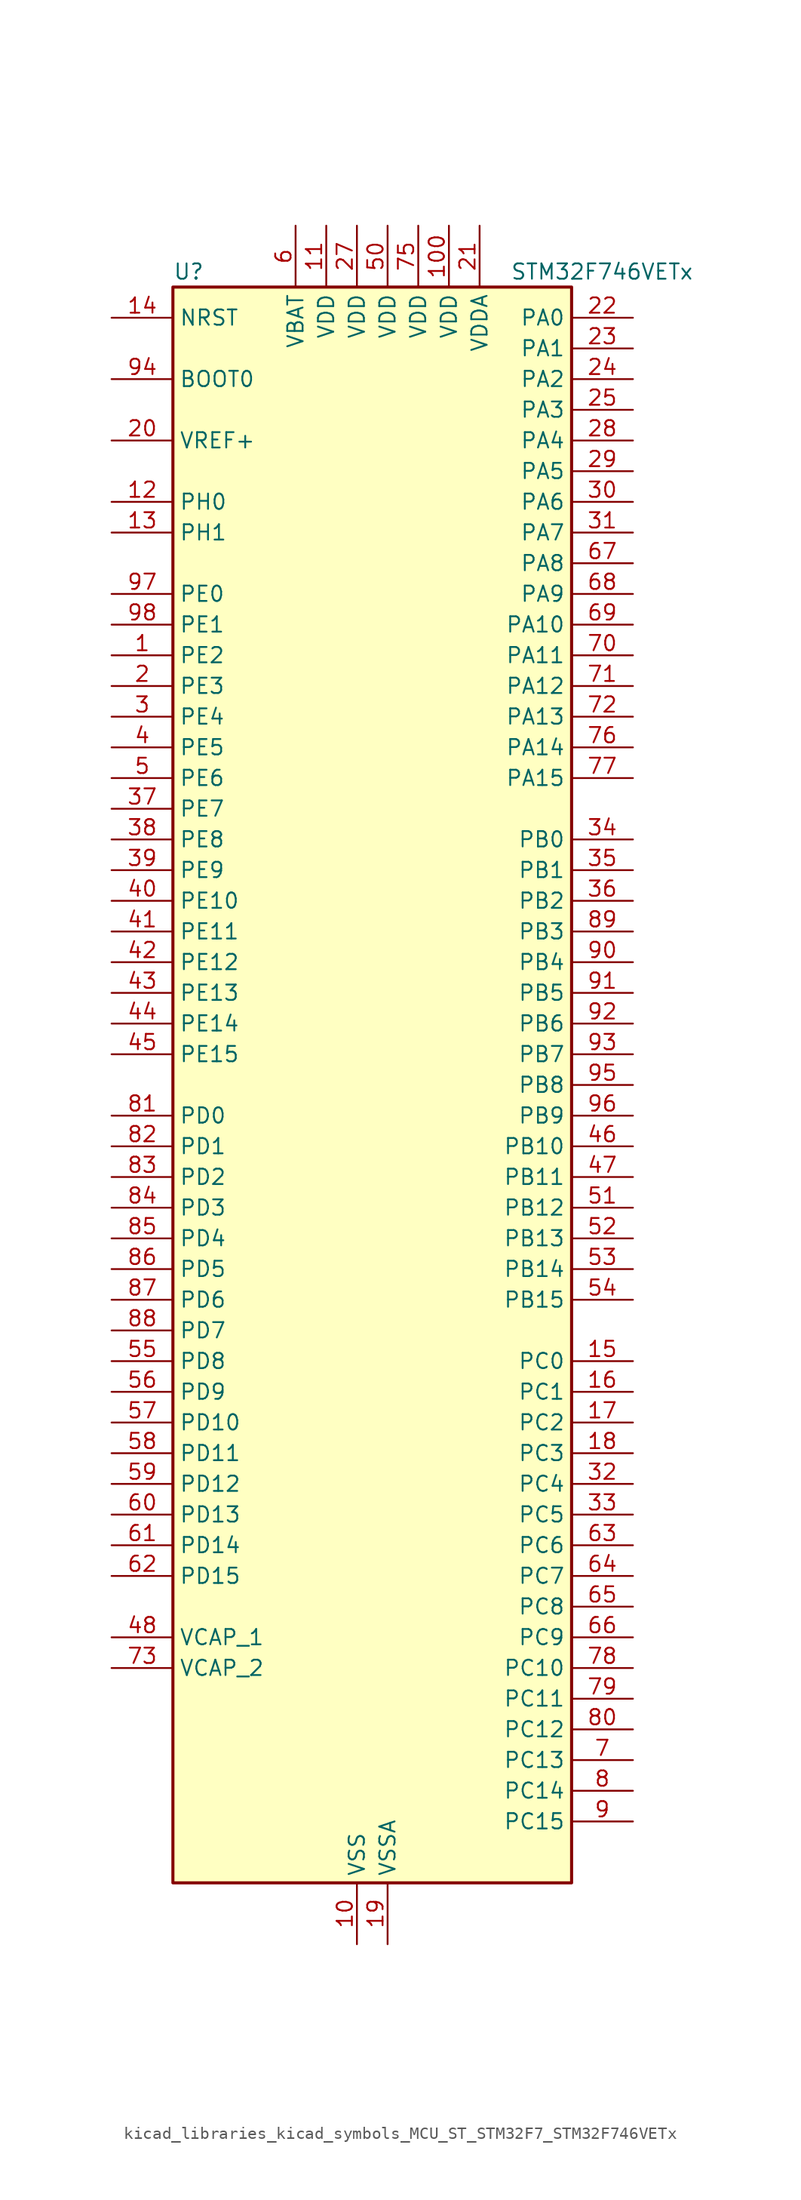
<source format=kicad_sym>
(kicad_symbol_lib
  (version 20220914)
  (generator kicad_symbol_editor)
  (symbol "kicad_libraries_kicad_symbols_MCU_ST_STM32F7_STM32F746VETx"
    (property "Reference" "U"
      (at -15.24 67.31 0)
      (effects (font (size 1.27 1.27)) (justify left)))
    (property "Value" "STM32F746VETx"
      (at 12.7 67.31 0)
      (effects (font (size 1.27 1.27)) (justify left)))
    (property "ki_locked" ""
      (at 0 0 0)
      (effects (font (size 1.27 1.27))))
    (symbol "kicad_libraries_kicad_symbols_MCU_ST_STM32F7_STM32F746VETx_0_1"
      (rectangle (start -15.24 -66.04) (end 17.78 66.04) (stroke (width 0.254) (type default)) (fill (type background))))
    (symbol "kicad_libraries_kicad_symbols_MCU_ST_STM32F7_STM32F746VETx_1_1"
      (pin bidirectional line (at -20.32 35.56 0) (length 5.08) (name "PE2" (effects (font (size 1.27 1.27)))) (number "1" (effects (font (size 1.27 1.27)))) (alternate "ETH_TXD3" bidirectional line) (alternate "FMC_A23" bidirectional line) (alternate "QUADSPI_BK1_IO2" bidirectional line) (alternate "SAI1_MCLK_A" bidirectional line) (alternate "SPI4_SCK" bidirectional line) (alternate "SYS_TRACECLK" bidirectional line))
      (pin power_in line (at 0 -71.12 90) (length 5.08) (name "VSS" (effects (font (size 1.27 1.27)))) (number "10" (effects (font (size 1.27 1.27)))))
      (pin power_in line (at 7.62 71.12 270) (length 5.08) (name "VDD" (effects (font (size 1.27 1.27)))) (number "100" (effects (font (size 1.27 1.27)))))
      (pin power_in line (at -2.54 71.12 270) (length 5.08) (name "VDD" (effects (font (size 1.27 1.27)))) (number "11" (effects (font (size 1.27 1.27)))))
      (pin bidirectional line (at -20.32 48.26 0) (length 5.08) (name "PH0" (effects (font (size 1.27 1.27)))) (number "12" (effects (font (size 1.27 1.27)))) (alternate "RCC_OSC_IN" bidirectional line))
      (pin bidirectional line (at -20.32 45.72 0) (length 5.08) (name "PH1" (effects (font (size 1.27 1.27)))) (number "13" (effects (font (size 1.27 1.27)))) (alternate "RCC_OSC_OUT" bidirectional line))
      (pin input line (at -20.32 63.5 0) (length 5.08) (name "NRST" (effects (font (size 1.27 1.27)))) (number "14" (effects (font (size 1.27 1.27)))))
      (pin bidirectional line (at 22.86 -22.86 180) (length 5.08) (name "PC0" (effects (font (size 1.27 1.27)))) (number "15" (effects (font (size 1.27 1.27)))) (alternate "ADC1_IN10" bidirectional line) (alternate "ADC2_IN10" bidirectional line) (alternate "ADC3_IN10" bidirectional line) (alternate "FMC_SDNWE" bidirectional line) (alternate "LTDC_R5" bidirectional line) (alternate "SAI2_FS_B" bidirectional line) (alternate "USB_OTG_HS_ULPI_STP" bidirectional line))
      (pin bidirectional line (at 22.86 -25.4 180) (length 5.08) (name "PC1" (effects (font (size 1.27 1.27)))) (number "16" (effects (font (size 1.27 1.27)))) (alternate "ADC1_IN11" bidirectional line) (alternate "ADC2_IN11" bidirectional line) (alternate "ADC3_IN11" bidirectional line) (alternate "ETH_MDC" bidirectional line) (alternate "I2S2_SD" bidirectional line) (alternate "RTC_TAMP3" bidirectional line) (alternate "RTC_TS" bidirectional line) (alternate "SAI1_SD_A" bidirectional line) (alternate "SPI2_MOSI" bidirectional line) (alternate "SYS_TRACED0" bidirectional line) (alternate "SYS_WKUP3" bidirectional line))
      (pin bidirectional line (at 22.86 -27.94 180) (length 5.08) (name "PC2" (effects (font (size 1.27 1.27)))) (number "17" (effects (font (size 1.27 1.27)))) (alternate "ADC1_IN12" bidirectional line) (alternate "ADC2_IN12" bidirectional line) (alternate "ADC3_IN12" bidirectional line) (alternate "ETH_TXD2" bidirectional line) (alternate "FMC_SDNE0" bidirectional line) (alternate "SPI2_MISO" bidirectional line) (alternate "USB_OTG_HS_ULPI_DIR" bidirectional line))
      (pin bidirectional line (at 22.86 -30.48 180) (length 5.08) (name "PC3" (effects (font (size 1.27 1.27)))) (number "18" (effects (font (size 1.27 1.27)))) (alternate "ADC1_IN13" bidirectional line) (alternate "ADC2_IN13" bidirectional line) (alternate "ADC3_IN13" bidirectional line) (alternate "ETH_TX_CLK" bidirectional line) (alternate "FMC_SDCKE0" bidirectional line) (alternate "I2S2_SD" bidirectional line) (alternate "SPI2_MOSI" bidirectional line) (alternate "USB_OTG_HS_ULPI_NXT" bidirectional line))
      (pin power_in line (at 2.54 -71.12 90) (length 5.08) (name "VSSA" (effects (font (size 1.27 1.27)))) (number "19" (effects (font (size 1.27 1.27)))))
      (pin bidirectional line (at -20.32 33.02 0) (length 5.08) (name "PE3" (effects (font (size 1.27 1.27)))) (number "2" (effects (font (size 1.27 1.27)))) (alternate "FMC_A19" bidirectional line) (alternate "SAI1_SD_B" bidirectional line) (alternate "SYS_TRACED0" bidirectional line))
      (pin input line (at -20.32 53.34 0) (length 5.08) (name "VREF+" (effects (font (size 1.27 1.27)))) (number "20" (effects (font (size 1.27 1.27)))))
      (pin power_in line (at 10.16 71.12 270) (length 5.08) (name "VDDA" (effects (font (size 1.27 1.27)))) (number "21" (effects (font (size 1.27 1.27)))))
      (pin bidirectional line (at 22.86 63.5 180) (length 5.08) (name "PA0" (effects (font (size 1.27 1.27)))) (number "22" (effects (font (size 1.27 1.27)))) (alternate "ADC1_IN0" bidirectional line) (alternate "ADC2_IN0" bidirectional line) (alternate "ADC3_IN0" bidirectional line) (alternate "ETH_CRS" bidirectional line) (alternate "SAI2_SD_B" bidirectional line) (alternate "SYS_WKUP1" bidirectional line) (alternate "TIM2_CH1" bidirectional line) (alternate "TIM2_ETR" bidirectional line) (alternate "TIM5_CH1" bidirectional line) (alternate "TIM8_ETR" bidirectional line) (alternate "UART4_TX" bidirectional line) (alternate "USART2_CTS" bidirectional line))
      (pin bidirectional line (at 22.86 60.96 180) (length 5.08) (name "PA1" (effects (font (size 1.27 1.27)))) (number "23" (effects (font (size 1.27 1.27)))) (alternate "ADC1_IN1" bidirectional line) (alternate "ADC2_IN1" bidirectional line) (alternate "ADC3_IN1" bidirectional line) (alternate "ETH_REF_CLK" bidirectional line) (alternate "ETH_RX_CLK" bidirectional line) (alternate "LTDC_R2" bidirectional line) (alternate "QUADSPI_BK1_IO3" bidirectional line) (alternate "SAI2_MCLK_B" bidirectional line) (alternate "TIM2_CH2" bidirectional line) (alternate "TIM5_CH2" bidirectional line) (alternate "UART4_RX" bidirectional line) (alternate "USART2_DE" bidirectional line) (alternate "USART2_RTS" bidirectional line))
      (pin bidirectional line (at 22.86 58.42 180) (length 5.08) (name "PA2" (effects (font (size 1.27 1.27)))) (number "24" (effects (font (size 1.27 1.27)))) (alternate "ADC1_IN2" bidirectional line) (alternate "ADC2_IN2" bidirectional line) (alternate "ADC3_IN2" bidirectional line) (alternate "ETH_MDIO" bidirectional line) (alternate "LTDC_R1" bidirectional line) (alternate "SAI2_SCK_B" bidirectional line) (alternate "SYS_WKUP2" bidirectional line) (alternate "TIM2_CH3" bidirectional line) (alternate "TIM5_CH3" bidirectional line) (alternate "TIM9_CH1" bidirectional line) (alternate "USART2_TX" bidirectional line))
      (pin bidirectional line (at 22.86 55.88 180) (length 5.08) (name "PA3" (effects (font (size 1.27 1.27)))) (number "25" (effects (font (size 1.27 1.27)))) (alternate "ADC1_IN3" bidirectional line) (alternate "ADC2_IN3" bidirectional line) (alternate "ADC3_IN3" bidirectional line) (alternate "ETH_COL" bidirectional line) (alternate "LTDC_B5" bidirectional line) (alternate "TIM2_CH4" bidirectional line) (alternate "TIM5_CH4" bidirectional line) (alternate "TIM9_CH2" bidirectional line) (alternate "USART2_RX" bidirectional line) (alternate "USB_OTG_HS_ULPI_D0" bidirectional line))
      (pin passive line (at 0 -71.12 90) (length 5.08) hide (name "VSS" (effects (font (size 1.27 1.27)))) (number "26" (effects (font (size 1.27 1.27)))))
      (pin power_in line (at 0 71.12 270) (length 5.08) (name "VDD" (effects (font (size 1.27 1.27)))) (number "27" (effects (font (size 1.27 1.27)))))
      (pin bidirectional line (at 22.86 53.34 180) (length 5.08) (name "PA4" (effects (font (size 1.27 1.27)))) (number "28" (effects (font (size 1.27 1.27)))) (alternate "ADC1_IN4" bidirectional line) (alternate "ADC2_IN4" bidirectional line) (alternate "DAC_OUT1" bidirectional line) (alternate "DCMI_HSYNC" bidirectional line) (alternate "I2S1_WS" bidirectional line) (alternate "I2S3_WS" bidirectional line) (alternate "LTDC_VSYNC" bidirectional line) (alternate "SPI1_NSS" bidirectional line) (alternate "SPI3_NSS" bidirectional line) (alternate "USART2_CK" bidirectional line) (alternate "USB_OTG_HS_SOF" bidirectional line))
      (pin bidirectional line (at 22.86 50.8 180) (length 5.08) (name "PA5" (effects (font (size 1.27 1.27)))) (number "29" (effects (font (size 1.27 1.27)))) (alternate "ADC1_IN5" bidirectional line) (alternate "ADC2_IN5" bidirectional line) (alternate "DAC_OUT2" bidirectional line) (alternate "I2S1_CK" bidirectional line) (alternate "LTDC_R4" bidirectional line) (alternate "SPI1_SCK" bidirectional line) (alternate "TIM2_CH1" bidirectional line) (alternate "TIM2_ETR" bidirectional line) (alternate "TIM8_CH1N" bidirectional line) (alternate "USB_OTG_HS_ULPI_CK" bidirectional line))
      (pin bidirectional line (at -20.32 30.48 0) (length 5.08) (name "PE4" (effects (font (size 1.27 1.27)))) (number "3" (effects (font (size 1.27 1.27)))) (alternate "DCMI_D4" bidirectional line) (alternate "FMC_A20" bidirectional line) (alternate "LTDC_B0" bidirectional line) (alternate "SAI1_FS_A" bidirectional line) (alternate "SPI4_NSS" bidirectional line) (alternate "SYS_TRACED1" bidirectional line))
      (pin bidirectional line (at 22.86 48.26 180) (length 5.08) (name "PA6" (effects (font (size 1.27 1.27)))) (number "30" (effects (font (size 1.27 1.27)))) (alternate "ADC1_IN6" bidirectional line) (alternate "ADC2_IN6" bidirectional line) (alternate "DCMI_PIXCLK" bidirectional line) (alternate "LTDC_G2" bidirectional line) (alternate "SPI1_MISO" bidirectional line) (alternate "TIM13_CH1" bidirectional line) (alternate "TIM1_BKIN" bidirectional line) (alternate "TIM3_CH1" bidirectional line) (alternate "TIM8_BKIN" bidirectional line))
      (pin bidirectional line (at 22.86 45.72 180) (length 5.08) (name "PA7" (effects (font (size 1.27 1.27)))) (number "31" (effects (font (size 1.27 1.27)))) (alternate "ADC1_IN7" bidirectional line) (alternate "ADC2_IN7" bidirectional line) (alternate "ETH_CRS_DV" bidirectional line) (alternate "ETH_RX_DV" bidirectional line) (alternate "FMC_SDNWE" bidirectional line) (alternate "I2S1_SD" bidirectional line) (alternate "SPI1_MOSI" bidirectional line) (alternate "TIM14_CH1" bidirectional line) (alternate "TIM1_CH1N" bidirectional line) (alternate "TIM3_CH2" bidirectional line) (alternate "TIM8_CH1N" bidirectional line))
      (pin bidirectional line (at 22.86 -33.02 180) (length 5.08) (name "PC4" (effects (font (size 1.27 1.27)))) (number "32" (effects (font (size 1.27 1.27)))) (alternate "ADC1_IN14" bidirectional line) (alternate "ADC2_IN14" bidirectional line) (alternate "ETH_RXD0" bidirectional line) (alternate "FMC_SDNE0" bidirectional line) (alternate "I2S1_MCK" bidirectional line) (alternate "SPDIFRX_IN2" bidirectional line))
      (pin bidirectional line (at 22.86 -35.56 180) (length 5.08) (name "PC5" (effects (font (size 1.27 1.27)))) (number "33" (effects (font (size 1.27 1.27)))) (alternate "ADC1_IN15" bidirectional line) (alternate "ADC2_IN15" bidirectional line) (alternate "ETH_RXD1" bidirectional line) (alternate "FMC_SDCKE0" bidirectional line) (alternate "SPDIFRX_IN3" bidirectional line))
      (pin bidirectional line (at 22.86 20.32 180) (length 5.08) (name "PB0" (effects (font (size 1.27 1.27)))) (number "34" (effects (font (size 1.27 1.27)))) (alternate "ADC1_IN8" bidirectional line) (alternate "ADC2_IN8" bidirectional line) (alternate "ETH_RXD2" bidirectional line) (alternate "LTDC_R3" bidirectional line) (alternate "TIM1_CH2N" bidirectional line) (alternate "TIM3_CH3" bidirectional line) (alternate "TIM8_CH2N" bidirectional line) (alternate "UART4_CTS" bidirectional line) (alternate "USB_OTG_HS_ULPI_D1" bidirectional line))
      (pin bidirectional line (at 22.86 17.78 180) (length 5.08) (name "PB1" (effects (font (size 1.27 1.27)))) (number "35" (effects (font (size 1.27 1.27)))) (alternate "ADC1_IN9" bidirectional line) (alternate "ADC2_IN9" bidirectional line) (alternate "ETH_RXD3" bidirectional line) (alternate "LTDC_R6" bidirectional line) (alternate "TIM1_CH3N" bidirectional line) (alternate "TIM3_CH4" bidirectional line) (alternate "TIM8_CH3N" bidirectional line) (alternate "USB_OTG_HS_ULPI_D2" bidirectional line))
      (pin bidirectional line (at 22.86 15.24 180) (length 5.08) (name "PB2" (effects (font (size 1.27 1.27)))) (number "36" (effects (font (size 1.27 1.27)))) (alternate "I2S3_SD" bidirectional line) (alternate "QUADSPI_CLK" bidirectional line) (alternate "SAI1_SD_A" bidirectional line) (alternate "SPI3_MOSI" bidirectional line))
      (pin bidirectional line (at -20.32 22.86 0) (length 5.08) (name "PE7" (effects (font (size 1.27 1.27)))) (number "37" (effects (font (size 1.27 1.27)))) (alternate "FMC_D4" bidirectional line) (alternate "FMC_DA4" bidirectional line) (alternate "QUADSPI_BK2_IO0" bidirectional line) (alternate "TIM1_ETR" bidirectional line) (alternate "UART7_RX" bidirectional line))
      (pin bidirectional line (at -20.32 20.32 0) (length 5.08) (name "PE8" (effects (font (size 1.27 1.27)))) (number "38" (effects (font (size 1.27 1.27)))) (alternate "FMC_D5" bidirectional line) (alternate "FMC_DA5" bidirectional line) (alternate "QUADSPI_BK2_IO1" bidirectional line) (alternate "TIM1_CH1N" bidirectional line) (alternate "UART7_TX" bidirectional line))
      (pin bidirectional line (at -20.32 17.78 0) (length 5.08) (name "PE9" (effects (font (size 1.27 1.27)))) (number "39" (effects (font (size 1.27 1.27)))) (alternate "DAC_EXTI9" bidirectional line) (alternate "FMC_D6" bidirectional line) (alternate "FMC_DA6" bidirectional line) (alternate "QUADSPI_BK2_IO2" bidirectional line) (alternate "TIM1_CH1" bidirectional line) (alternate "UART7_DE" bidirectional line) (alternate "UART7_RTS" bidirectional line))
      (pin bidirectional line (at -20.32 27.94 0) (length 5.08) (name "PE5" (effects (font (size 1.27 1.27)))) (number "4" (effects (font (size 1.27 1.27)))) (alternate "DCMI_D6" bidirectional line) (alternate "FMC_A21" bidirectional line) (alternate "LTDC_G0" bidirectional line) (alternate "SAI1_SCK_A" bidirectional line) (alternate "SPI4_MISO" bidirectional line) (alternate "SYS_TRACED2" bidirectional line) (alternate "TIM9_CH1" bidirectional line))
      (pin bidirectional line (at -20.32 15.24 0) (length 5.08) (name "PE10" (effects (font (size 1.27 1.27)))) (number "40" (effects (font (size 1.27 1.27)))) (alternate "FMC_D7" bidirectional line) (alternate "FMC_DA7" bidirectional line) (alternate "QUADSPI_BK2_IO3" bidirectional line) (alternate "TIM1_CH2N" bidirectional line) (alternate "UART7_CTS" bidirectional line))
      (pin bidirectional line (at -20.32 12.7 0) (length 5.08) (name "PE11" (effects (font (size 1.27 1.27)))) (number "41" (effects (font (size 1.27 1.27)))) (alternate "ADC1_EXTI11" bidirectional line) (alternate "ADC2_EXTI11" bidirectional line) (alternate "ADC3_EXTI11" bidirectional line) (alternate "FMC_D8" bidirectional line) (alternate "FMC_DA8" bidirectional line) (alternate "LTDC_G3" bidirectional line) (alternate "SAI2_SD_B" bidirectional line) (alternate "SPI4_NSS" bidirectional line) (alternate "TIM1_CH2" bidirectional line))
      (pin bidirectional line (at -20.32 10.16 0) (length 5.08) (name "PE12" (effects (font (size 1.27 1.27)))) (number "42" (effects (font (size 1.27 1.27)))) (alternate "FMC_D9" bidirectional line) (alternate "FMC_DA9" bidirectional line) (alternate "LTDC_B4" bidirectional line) (alternate "SAI2_SCK_B" bidirectional line) (alternate "SPI4_SCK" bidirectional line) (alternate "TIM1_CH3N" bidirectional line))
      (pin bidirectional line (at -20.32 7.62 0) (length 5.08) (name "PE13" (effects (font (size 1.27 1.27)))) (number "43" (effects (font (size 1.27 1.27)))) (alternate "FMC_D10" bidirectional line) (alternate "FMC_DA10" bidirectional line) (alternate "LTDC_DE" bidirectional line) (alternate "SAI2_FS_B" bidirectional line) (alternate "SPI4_MISO" bidirectional line) (alternate "TIM1_CH3" bidirectional line))
      (pin bidirectional line (at -20.32 5.08 0) (length 5.08) (name "PE14" (effects (font (size 1.27 1.27)))) (number "44" (effects (font (size 1.27 1.27)))) (alternate "FMC_D11" bidirectional line) (alternate "FMC_DA11" bidirectional line) (alternate "LTDC_CLK" bidirectional line) (alternate "SAI2_MCLK_B" bidirectional line) (alternate "SPI4_MOSI" bidirectional line) (alternate "TIM1_CH4" bidirectional line))
      (pin bidirectional line (at -20.32 2.54 0) (length 5.08) (name "PE15" (effects (font (size 1.27 1.27)))) (number "45" (effects (font (size 1.27 1.27)))) (alternate "FMC_D12" bidirectional line) (alternate "FMC_DA12" bidirectional line) (alternate "LTDC_R7" bidirectional line) (alternate "TIM1_BKIN" bidirectional line))
      (pin bidirectional line (at 22.86 -5.08 180) (length 5.08) (name "PB10" (effects (font (size 1.27 1.27)))) (number "46" (effects (font (size 1.27 1.27)))) (alternate "ETH_RX_ER" bidirectional line) (alternate "I2C2_SCL" bidirectional line) (alternate "I2S2_CK" bidirectional line) (alternate "LTDC_G4" bidirectional line) (alternate "SPI2_SCK" bidirectional line) (alternate "TIM2_CH3" bidirectional line) (alternate "USART3_TX" bidirectional line) (alternate "USB_OTG_HS_ULPI_D3" bidirectional line))
      (pin bidirectional line (at 22.86 -7.62 180) (length 5.08) (name "PB11" (effects (font (size 1.27 1.27)))) (number "47" (effects (font (size 1.27 1.27)))) (alternate "ADC1_EXTI11" bidirectional line) (alternate "ADC2_EXTI11" bidirectional line) (alternate "ADC3_EXTI11" bidirectional line) (alternate "ETH_TX_EN" bidirectional line) (alternate "I2C2_SDA" bidirectional line) (alternate "LTDC_G5" bidirectional line) (alternate "TIM2_CH4" bidirectional line) (alternate "USART3_RX" bidirectional line) (alternate "USB_OTG_HS_ULPI_D4" bidirectional line))
      (pin power_out line (at -20.32 -45.72 0) (length 5.08) (name "VCAP_1" (effects (font (size 1.27 1.27)))) (number "48" (effects (font (size 1.27 1.27)))))
      (pin passive line (at 0 -71.12 90) (length 5.08) hide (name "VSS" (effects (font (size 1.27 1.27)))) (number "49" (effects (font (size 1.27 1.27)))))
      (pin bidirectional line (at -20.32 25.4 0) (length 5.08) (name "PE6" (effects (font (size 1.27 1.27)))) (number "5" (effects (font (size 1.27 1.27)))) (alternate "DCMI_D7" bidirectional line) (alternate "FMC_A22" bidirectional line) (alternate "LTDC_G1" bidirectional line) (alternate "SAI1_SD_A" bidirectional line) (alternate "SAI2_MCLK_B" bidirectional line) (alternate "SPI4_MOSI" bidirectional line) (alternate "SYS_TRACED3" bidirectional line) (alternate "TIM1_BKIN2" bidirectional line) (alternate "TIM9_CH2" bidirectional line))
      (pin power_in line (at 2.54 71.12 270) (length 5.08) (name "VDD" (effects (font (size 1.27 1.27)))) (number "50" (effects (font (size 1.27 1.27)))))
      (pin bidirectional line (at 22.86 -10.16 180) (length 5.08) (name "PB12" (effects (font (size 1.27 1.27)))) (number "51" (effects (font (size 1.27 1.27)))) (alternate "CAN2_RX" bidirectional line) (alternate "ETH_TXD0" bidirectional line) (alternate "I2C2_SMBA" bidirectional line) (alternate "I2S2_WS" bidirectional line) (alternate "SPI2_NSS" bidirectional line) (alternate "TIM1_BKIN" bidirectional line) (alternate "USART3_CK" bidirectional line) (alternate "USB_OTG_HS_ID" bidirectional line) (alternate "USB_OTG_HS_ULPI_D5" bidirectional line))
      (pin bidirectional line (at 22.86 -12.7 180) (length 5.08) (name "PB13" (effects (font (size 1.27 1.27)))) (number "52" (effects (font (size 1.27 1.27)))) (alternate "CAN2_TX" bidirectional line) (alternate "ETH_TXD1" bidirectional line) (alternate "I2S2_CK" bidirectional line) (alternate "SPI2_SCK" bidirectional line) (alternate "TIM1_CH1N" bidirectional line) (alternate "USART3_CTS" bidirectional line) (alternate "USB_OTG_HS_ULPI_D6" bidirectional line) (alternate "USB_OTG_HS_VBUS" bidirectional line))
      (pin bidirectional line (at 22.86 -15.24 180) (length 5.08) (name "PB14" (effects (font (size 1.27 1.27)))) (number "53" (effects (font (size 1.27 1.27)))) (alternate "SPI2_MISO" bidirectional line) (alternate "TIM12_CH1" bidirectional line) (alternate "TIM1_CH2N" bidirectional line) (alternate "TIM8_CH2N" bidirectional line) (alternate "USART3_DE" bidirectional line) (alternate "USART3_RTS" bidirectional line) (alternate "USB_OTG_HS_DM" bidirectional line))
      (pin bidirectional line (at 22.86 -17.78 180) (length 5.08) (name "PB15" (effects (font (size 1.27 1.27)))) (number "54" (effects (font (size 1.27 1.27)))) (alternate "I2S2_SD" bidirectional line) (alternate "RTC_REFIN" bidirectional line) (alternate "SPI2_MOSI" bidirectional line) (alternate "TIM12_CH2" bidirectional line) (alternate "TIM1_CH3N" bidirectional line) (alternate "TIM8_CH3N" bidirectional line) (alternate "USB_OTG_HS_DP" bidirectional line))
      (pin bidirectional line (at -20.32 -22.86 0) (length 5.08) (name "PD8" (effects (font (size 1.27 1.27)))) (number "55" (effects (font (size 1.27 1.27)))) (alternate "FMC_D13" bidirectional line) (alternate "FMC_DA13" bidirectional line) (alternate "SPDIFRX_IN1" bidirectional line) (alternate "USART3_TX" bidirectional line))
      (pin bidirectional line (at -20.32 -25.4 0) (length 5.08) (name "PD9" (effects (font (size 1.27 1.27)))) (number "56" (effects (font (size 1.27 1.27)))) (alternate "DAC_EXTI9" bidirectional line) (alternate "FMC_D14" bidirectional line) (alternate "FMC_DA14" bidirectional line) (alternate "USART3_RX" bidirectional line))
      (pin bidirectional line (at -20.32 -27.94 0) (length 5.08) (name "PD10" (effects (font (size 1.27 1.27)))) (number "57" (effects (font (size 1.27 1.27)))) (alternate "FMC_D15" bidirectional line) (alternate "FMC_DA15" bidirectional line) (alternate "LTDC_B3" bidirectional line) (alternate "USART3_CK" bidirectional line))
      (pin bidirectional line (at -20.32 -30.48 0) (length 5.08) (name "PD11" (effects (font (size 1.27 1.27)))) (number "58" (effects (font (size 1.27 1.27)))) (alternate "ADC1_EXTI11" bidirectional line) (alternate "ADC2_EXTI11" bidirectional line) (alternate "ADC3_EXTI11" bidirectional line) (alternate "FMC_A16" bidirectional line) (alternate "FMC_CLE" bidirectional line) (alternate "I2C4_SMBA" bidirectional line) (alternate "QUADSPI_BK1_IO0" bidirectional line) (alternate "SAI2_SD_A" bidirectional line) (alternate "USART3_CTS" bidirectional line))
      (pin bidirectional line (at -20.32 -33.02 0) (length 5.08) (name "PD12" (effects (font (size 1.27 1.27)))) (number "59" (effects (font (size 1.27 1.27)))) (alternate "FMC_A17" bidirectional line) (alternate "FMC_ALE" bidirectional line) (alternate "I2C4_SCL" bidirectional line) (alternate "LPTIM1_IN1" bidirectional line) (alternate "QUADSPI_BK1_IO1" bidirectional line) (alternate "SAI2_FS_A" bidirectional line) (alternate "TIM4_CH1" bidirectional line) (alternate "USART3_DE" bidirectional line) (alternate "USART3_RTS" bidirectional line))
      (pin power_in line (at -5.08 71.12 270) (length 5.08) (name "VBAT" (effects (font (size 1.27 1.27)))) (number "6" (effects (font (size 1.27 1.27)))))
      (pin bidirectional line (at -20.32 -35.56 0) (length 5.08) (name "PD13" (effects (font (size 1.27 1.27)))) (number "60" (effects (font (size 1.27 1.27)))) (alternate "FMC_A18" bidirectional line) (alternate "I2C4_SDA" bidirectional line) (alternate "LPTIM1_OUT" bidirectional line) (alternate "QUADSPI_BK1_IO3" bidirectional line) (alternate "SAI2_SCK_A" bidirectional line) (alternate "TIM4_CH2" bidirectional line))
      (pin bidirectional line (at -20.32 -38.1 0) (length 5.08) (name "PD14" (effects (font (size 1.27 1.27)))) (number "61" (effects (font (size 1.27 1.27)))) (alternate "FMC_D0" bidirectional line) (alternate "FMC_DA0" bidirectional line) (alternate "TIM4_CH3" bidirectional line) (alternate "UART8_CTS" bidirectional line))
      (pin bidirectional line (at -20.32 -40.64 0) (length 5.08) (name "PD15" (effects (font (size 1.27 1.27)))) (number "62" (effects (font (size 1.27 1.27)))) (alternate "FMC_D1" bidirectional line) (alternate "FMC_DA1" bidirectional line) (alternate "TIM4_CH4" bidirectional line) (alternate "UART8_DE" bidirectional line) (alternate "UART8_RTS" bidirectional line))
      (pin bidirectional line (at 22.86 -38.1 180) (length 5.08) (name "PC6" (effects (font (size 1.27 1.27)))) (number "63" (effects (font (size 1.27 1.27)))) (alternate "DCMI_D0" bidirectional line) (alternate "I2S2_MCK" bidirectional line) (alternate "LTDC_HSYNC" bidirectional line) (alternate "SDMMC1_D6" bidirectional line) (alternate "TIM3_CH1" bidirectional line) (alternate "TIM8_CH1" bidirectional line) (alternate "USART6_TX" bidirectional line))
      (pin bidirectional line (at 22.86 -40.64 180) (length 5.08) (name "PC7" (effects (font (size 1.27 1.27)))) (number "64" (effects (font (size 1.27 1.27)))) (alternate "DCMI_D1" bidirectional line) (alternate "I2S3_MCK" bidirectional line) (alternate "LTDC_G6" bidirectional line) (alternate "SDMMC1_D7" bidirectional line) (alternate "TIM3_CH2" bidirectional line) (alternate "TIM8_CH2" bidirectional line) (alternate "USART6_RX" bidirectional line))
      (pin bidirectional line (at 22.86 -43.18 180) (length 5.08) (name "PC8" (effects (font (size 1.27 1.27)))) (number "65" (effects (font (size 1.27 1.27)))) (alternate "DCMI_D2" bidirectional line) (alternate "SDMMC1_D0" bidirectional line) (alternate "SYS_TRACED1" bidirectional line) (alternate "TIM3_CH3" bidirectional line) (alternate "TIM8_CH3" bidirectional line) (alternate "UART5_DE" bidirectional line) (alternate "UART5_RTS" bidirectional line) (alternate "USART6_CK" bidirectional line))
      (pin bidirectional line (at 22.86 -45.72 180) (length 5.08) (name "PC9" (effects (font (size 1.27 1.27)))) (number "66" (effects (font (size 1.27 1.27)))) (alternate "DAC_EXTI9" bidirectional line) (alternate "DCMI_D3" bidirectional line) (alternate "I2C3_SDA" bidirectional line) (alternate "I2S_CKIN" bidirectional line) (alternate "QUADSPI_BK1_IO0" bidirectional line) (alternate "RCC_MCO_2" bidirectional line) (alternate "SDMMC1_D1" bidirectional line) (alternate "TIM3_CH4" bidirectional line) (alternate "TIM8_CH4" bidirectional line) (alternate "UART5_CTS" bidirectional line))
      (pin bidirectional line (at 22.86 43.18 180) (length 5.08) (name "PA8" (effects (font (size 1.27 1.27)))) (number "67" (effects (font (size 1.27 1.27)))) (alternate "I2C3_SCL" bidirectional line) (alternate "LTDC_R6" bidirectional line) (alternate "RCC_MCO_1" bidirectional line) (alternate "TIM1_CH1" bidirectional line) (alternate "TIM8_BKIN2" bidirectional line) (alternate "USART1_CK" bidirectional line) (alternate "USB_OTG_FS_SOF" bidirectional line))
      (pin bidirectional line (at 22.86 40.64 180) (length 5.08) (name "PA9" (effects (font (size 1.27 1.27)))) (number "68" (effects (font (size 1.27 1.27)))) (alternate "DAC_EXTI9" bidirectional line) (alternate "DCMI_D0" bidirectional line) (alternate "I2C3_SMBA" bidirectional line) (alternate "I2S2_CK" bidirectional line) (alternate "SPI2_SCK" bidirectional line) (alternate "TIM1_CH2" bidirectional line) (alternate "USART1_TX" bidirectional line) (alternate "USB_OTG_FS_VBUS" bidirectional line))
      (pin bidirectional line (at 22.86 38.1 180) (length 5.08) (name "PA10" (effects (font (size 1.27 1.27)))) (number "69" (effects (font (size 1.27 1.27)))) (alternate "DCMI_D1" bidirectional line) (alternate "TIM1_CH3" bidirectional line) (alternate "USART1_RX" bidirectional line) (alternate "USB_OTG_FS_ID" bidirectional line))
      (pin bidirectional line (at 22.86 -55.88 180) (length 5.08) (name "PC13" (effects (font (size 1.27 1.27)))) (number "7" (effects (font (size 1.27 1.27)))) (alternate "RTC_OUT" bidirectional line) (alternate "RTC_TAMP1" bidirectional line) (alternate "RTC_TS" bidirectional line) (alternate "SYS_WKUP4" bidirectional line))
      (pin bidirectional line (at 22.86 35.56 180) (length 5.08) (name "PA11" (effects (font (size 1.27 1.27)))) (number "70" (effects (font (size 1.27 1.27)))) (alternate "ADC1_EXTI11" bidirectional line) (alternate "ADC2_EXTI11" bidirectional line) (alternate "ADC3_EXTI11" bidirectional line) (alternate "CAN1_RX" bidirectional line) (alternate "LTDC_R4" bidirectional line) (alternate "TIM1_CH4" bidirectional line) (alternate "USART1_CTS" bidirectional line) (alternate "USB_OTG_FS_DM" bidirectional line))
      (pin bidirectional line (at 22.86 33.02 180) (length 5.08) (name "PA12" (effects (font (size 1.27 1.27)))) (number "71" (effects (font (size 1.27 1.27)))) (alternate "CAN1_TX" bidirectional line) (alternate "LTDC_R5" bidirectional line) (alternate "SAI2_FS_B" bidirectional line) (alternate "TIM1_ETR" bidirectional line) (alternate "USART1_DE" bidirectional line) (alternate "USART1_RTS" bidirectional line) (alternate "USB_OTG_FS_DP" bidirectional line))
      (pin bidirectional line (at 22.86 30.48 180) (length 5.08) (name "PA13" (effects (font (size 1.27 1.27)))) (number "72" (effects (font (size 1.27 1.27)))) (alternate "SYS_JTMS-SWDIO" bidirectional line))
      (pin power_out line (at -20.32 -48.26 0) (length 5.08) (name "VCAP_2" (effects (font (size 1.27 1.27)))) (number "73" (effects (font (size 1.27 1.27)))))
      (pin passive line (at 0 -71.12 90) (length 5.08) hide (name "VSS" (effects (font (size 1.27 1.27)))) (number "74" (effects (font (size 1.27 1.27)))))
      (pin power_in line (at 5.08 71.12 270) (length 5.08) (name "VDD" (effects (font (size 1.27 1.27)))) (number "75" (effects (font (size 1.27 1.27)))))
      (pin bidirectional line (at 22.86 27.94 180) (length 5.08) (name "PA14" (effects (font (size 1.27 1.27)))) (number "76" (effects (font (size 1.27 1.27)))) (alternate "SYS_JTCK-SWCLK" bidirectional line))
      (pin bidirectional line (at 22.86 25.4 180) (length 5.08) (name "PA15" (effects (font (size 1.27 1.27)))) (number "77" (effects (font (size 1.27 1.27)))) (alternate "CEC" bidirectional line) (alternate "I2S1_WS" bidirectional line) (alternate "I2S3_WS" bidirectional line) (alternate "SPI1_NSS" bidirectional line) (alternate "SPI3_NSS" bidirectional line) (alternate "SYS_JTDI" bidirectional line) (alternate "TIM2_CH1" bidirectional line) (alternate "TIM2_ETR" bidirectional line) (alternate "UART4_DE" bidirectional line) (alternate "UART4_RTS" bidirectional line))
      (pin bidirectional line (at 22.86 -48.26 180) (length 5.08) (name "PC10" (effects (font (size 1.27 1.27)))) (number "78" (effects (font (size 1.27 1.27)))) (alternate "DCMI_D8" bidirectional line) (alternate "I2S3_CK" bidirectional line) (alternate "LTDC_R2" bidirectional line) (alternate "QUADSPI_BK1_IO1" bidirectional line) (alternate "SDMMC1_D2" bidirectional line) (alternate "SPI3_SCK" bidirectional line) (alternate "UART4_TX" bidirectional line) (alternate "USART3_TX" bidirectional line))
      (pin bidirectional line (at 22.86 -50.8 180) (length 5.08) (name "PC11" (effects (font (size 1.27 1.27)))) (number "79" (effects (font (size 1.27 1.27)))) (alternate "ADC1_EXTI11" bidirectional line) (alternate "ADC2_EXTI11" bidirectional line) (alternate "ADC3_EXTI11" bidirectional line) (alternate "DCMI_D4" bidirectional line) (alternate "QUADSPI_BK2_NCS" bidirectional line) (alternate "SDMMC1_D3" bidirectional line) (alternate "SPI3_MISO" bidirectional line) (alternate "UART4_RX" bidirectional line) (alternate "USART3_RX" bidirectional line))
      (pin bidirectional line (at 22.86 -58.42 180) (length 5.08) (name "PC14" (effects (font (size 1.27 1.27)))) (number "8" (effects (font (size 1.27 1.27)))) (alternate "RCC_OSC32_IN" bidirectional line))
      (pin bidirectional line (at 22.86 -53.34 180) (length 5.08) (name "PC12" (effects (font (size 1.27 1.27)))) (number "80" (effects (font (size 1.27 1.27)))) (alternate "DCMI_D9" bidirectional line) (alternate "I2S3_SD" bidirectional line) (alternate "SDMMC1_CK" bidirectional line) (alternate "SPI3_MOSI" bidirectional line) (alternate "SYS_TRACED3" bidirectional line) (alternate "UART5_TX" bidirectional line) (alternate "USART3_CK" bidirectional line))
      (pin bidirectional line (at -20.32 -2.54 0) (length 5.08) (name "PD0" (effects (font (size 1.27 1.27)))) (number "81" (effects (font (size 1.27 1.27)))) (alternate "CAN1_RX" bidirectional line) (alternate "FMC_D2" bidirectional line) (alternate "FMC_DA2" bidirectional line))
      (pin bidirectional line (at -20.32 -5.08 0) (length 5.08) (name "PD1" (effects (font (size 1.27 1.27)))) (number "82" (effects (font (size 1.27 1.27)))) (alternate "CAN1_TX" bidirectional line) (alternate "FMC_D3" bidirectional line) (alternate "FMC_DA3" bidirectional line))
      (pin bidirectional line (at -20.32 -7.62 0) (length 5.08) (name "PD2" (effects (font (size 1.27 1.27)))) (number "83" (effects (font (size 1.27 1.27)))) (alternate "DCMI_D11" bidirectional line) (alternate "SDMMC1_CMD" bidirectional line) (alternate "SYS_TRACED2" bidirectional line) (alternate "TIM3_ETR" bidirectional line) (alternate "UART5_RX" bidirectional line))
      (pin bidirectional line (at -20.32 -10.16 0) (length 5.08) (name "PD3" (effects (font (size 1.27 1.27)))) (number "84" (effects (font (size 1.27 1.27)))) (alternate "DCMI_D5" bidirectional line) (alternate "FMC_CLK" bidirectional line) (alternate "I2S2_CK" bidirectional line) (alternate "LTDC_G7" bidirectional line) (alternate "SPI2_SCK" bidirectional line) (alternate "USART2_CTS" bidirectional line))
      (pin bidirectional line (at -20.32 -12.7 0) (length 5.08) (name "PD4" (effects (font (size 1.27 1.27)))) (number "85" (effects (font (size 1.27 1.27)))) (alternate "FMC_NOE" bidirectional line) (alternate "USART2_DE" bidirectional line) (alternate "USART2_RTS" bidirectional line))
      (pin bidirectional line (at -20.32 -15.24 0) (length 5.08) (name "PD5" (effects (font (size 1.27 1.27)))) (number "86" (effects (font (size 1.27 1.27)))) (alternate "FMC_NWE" bidirectional line) (alternate "USART2_TX" bidirectional line))
      (pin bidirectional line (at -20.32 -17.78 0) (length 5.08) (name "PD6" (effects (font (size 1.27 1.27)))) (number "87" (effects (font (size 1.27 1.27)))) (alternate "DCMI_D10" bidirectional line) (alternate "FMC_NWAIT" bidirectional line) (alternate "I2S3_SD" bidirectional line) (alternate "LTDC_B2" bidirectional line) (alternate "SAI1_SD_A" bidirectional line) (alternate "SPI3_MOSI" bidirectional line) (alternate "USART2_RX" bidirectional line))
      (pin bidirectional line (at -20.32 -20.32 0) (length 5.08) (name "PD7" (effects (font (size 1.27 1.27)))) (number "88" (effects (font (size 1.27 1.27)))) (alternate "FMC_NE1" bidirectional line) (alternate "SPDIFRX_IN0" bidirectional line) (alternate "USART2_CK" bidirectional line))
      (pin bidirectional line (at 22.86 12.7 180) (length 5.08) (name "PB3" (effects (font (size 1.27 1.27)))) (number "89" (effects (font (size 1.27 1.27)))) (alternate "I2S1_CK" bidirectional line) (alternate "I2S3_CK" bidirectional line) (alternate "SPI1_SCK" bidirectional line) (alternate "SPI3_SCK" bidirectional line) (alternate "SYS_JTDO-SWO" bidirectional line) (alternate "TIM2_CH2" bidirectional line))
      (pin bidirectional line (at 22.86 -60.96 180) (length 5.08) (name "PC15" (effects (font (size 1.27 1.27)))) (number "9" (effects (font (size 1.27 1.27)))) (alternate "RCC_OSC32_OUT" bidirectional line))
      (pin bidirectional line (at 22.86 10.16 180) (length 5.08) (name "PB4" (effects (font (size 1.27 1.27)))) (number "90" (effects (font (size 1.27 1.27)))) (alternate "I2S2_WS" bidirectional line) (alternate "SPI1_MISO" bidirectional line) (alternate "SPI2_NSS" bidirectional line) (alternate "SPI3_MISO" bidirectional line) (alternate "SYS_JTRST" bidirectional line) (alternate "TIM3_CH1" bidirectional line))
      (pin bidirectional line (at 22.86 7.62 180) (length 5.08) (name "PB5" (effects (font (size 1.27 1.27)))) (number "91" (effects (font (size 1.27 1.27)))) (alternate "CAN2_RX" bidirectional line) (alternate "DCMI_D10" bidirectional line) (alternate "ETH_PPS_OUT" bidirectional line) (alternate "FMC_SDCKE1" bidirectional line) (alternate "I2C1_SMBA" bidirectional line) (alternate "I2S1_SD" bidirectional line) (alternate "I2S3_SD" bidirectional line) (alternate "SPI1_MOSI" bidirectional line) (alternate "SPI3_MOSI" bidirectional line) (alternate "TIM3_CH2" bidirectional line) (alternate "USB_OTG_HS_ULPI_D7" bidirectional line))
      (pin bidirectional line (at 22.86 5.08 180) (length 5.08) (name "PB6" (effects (font (size 1.27 1.27)))) (number "92" (effects (font (size 1.27 1.27)))) (alternate "CAN2_TX" bidirectional line) (alternate "CEC" bidirectional line) (alternate "DCMI_D5" bidirectional line) (alternate "FMC_SDNE1" bidirectional line) (alternate "I2C1_SCL" bidirectional line) (alternate "QUADSPI_BK1_NCS" bidirectional line) (alternate "TIM4_CH1" bidirectional line) (alternate "USART1_TX" bidirectional line))
      (pin bidirectional line (at 22.86 2.54 180) (length 5.08) (name "PB7" (effects (font (size 1.27 1.27)))) (number "93" (effects (font (size 1.27 1.27)))) (alternate "DCMI_VSYNC" bidirectional line) (alternate "FMC_NL" bidirectional line) (alternate "I2C1_SDA" bidirectional line) (alternate "TIM4_CH2" bidirectional line) (alternate "USART1_RX" bidirectional line))
      (pin input line (at -20.32 58.42 0) (length 5.08) (name "BOOT0" (effects (font (size 1.27 1.27)))) (number "94" (effects (font (size 1.27 1.27)))))
      (pin bidirectional line (at 22.86 0 180) (length 5.08) (name "PB8" (effects (font (size 1.27 1.27)))) (number "95" (effects (font (size 1.27 1.27)))) (alternate "CAN1_RX" bidirectional line) (alternate "DCMI_D6" bidirectional line) (alternate "ETH_TXD3" bidirectional line) (alternate "I2C1_SCL" bidirectional line) (alternate "LTDC_B6" bidirectional line) (alternate "SDMMC1_D4" bidirectional line) (alternate "TIM10_CH1" bidirectional line) (alternate "TIM4_CH3" bidirectional line))
      (pin bidirectional line (at 22.86 -2.54 180) (length 5.08) (name "PB9" (effects (font (size 1.27 1.27)))) (number "96" (effects (font (size 1.27 1.27)))) (alternate "CAN1_TX" bidirectional line) (alternate "DAC_EXTI9" bidirectional line) (alternate "DCMI_D7" bidirectional line) (alternate "I2C1_SDA" bidirectional line) (alternate "I2S2_WS" bidirectional line) (alternate "LTDC_B7" bidirectional line) (alternate "SDMMC1_D5" bidirectional line) (alternate "SPI2_NSS" bidirectional line) (alternate "TIM11_CH1" bidirectional line) (alternate "TIM4_CH4" bidirectional line))
      (pin bidirectional line (at -20.32 40.64 0) (length 5.08) (name "PE0" (effects (font (size 1.27 1.27)))) (number "97" (effects (font (size 1.27 1.27)))) (alternate "DCMI_D2" bidirectional line) (alternate "FMC_NBL0" bidirectional line) (alternate "LPTIM1_ETR" bidirectional line) (alternate "SAI2_MCLK_A" bidirectional line) (alternate "TIM4_ETR" bidirectional line) (alternate "UART8_RX" bidirectional line))
      (pin bidirectional line (at -20.32 38.1 0) (length 5.08) (name "PE1" (effects (font (size 1.27 1.27)))) (number "98" (effects (font (size 1.27 1.27)))) (alternate "DCMI_D3" bidirectional line) (alternate "FMC_NBL1" bidirectional line) (alternate "LPTIM1_IN2" bidirectional line) (alternate "UART8_TX" bidirectional line))
      (pin passive line (at 0 -71.12 90) (length 5.08) hide (name "VSS" (effects (font (size 1.27 1.27)))) (number "99" (effects (font (size 1.27 1.27))))))))
</source>
